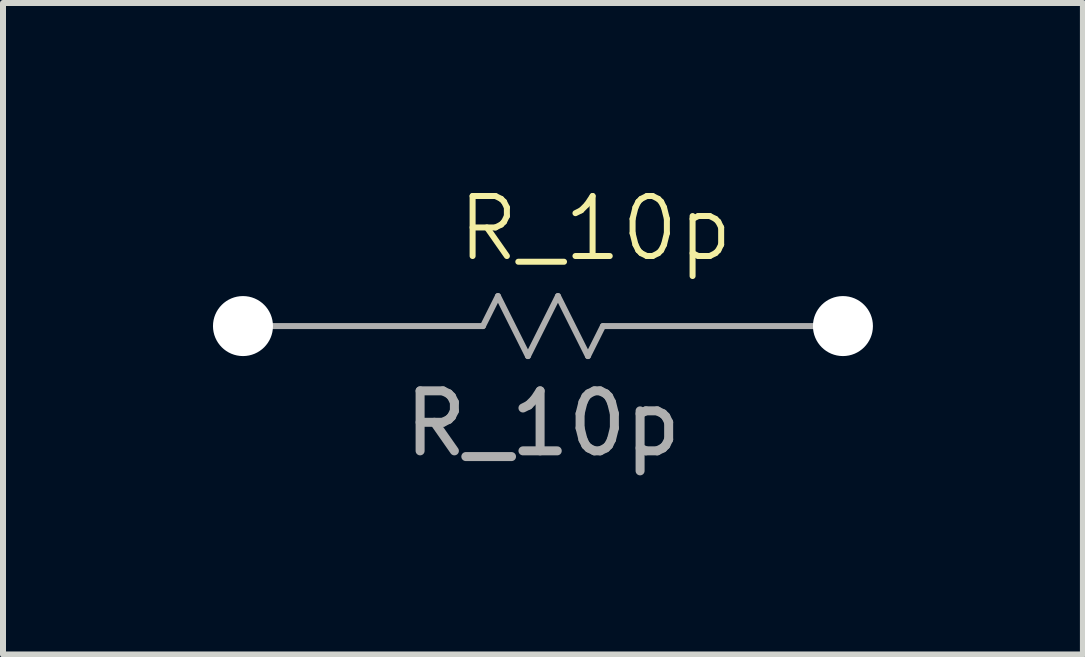
<source format=kicad_pcb>
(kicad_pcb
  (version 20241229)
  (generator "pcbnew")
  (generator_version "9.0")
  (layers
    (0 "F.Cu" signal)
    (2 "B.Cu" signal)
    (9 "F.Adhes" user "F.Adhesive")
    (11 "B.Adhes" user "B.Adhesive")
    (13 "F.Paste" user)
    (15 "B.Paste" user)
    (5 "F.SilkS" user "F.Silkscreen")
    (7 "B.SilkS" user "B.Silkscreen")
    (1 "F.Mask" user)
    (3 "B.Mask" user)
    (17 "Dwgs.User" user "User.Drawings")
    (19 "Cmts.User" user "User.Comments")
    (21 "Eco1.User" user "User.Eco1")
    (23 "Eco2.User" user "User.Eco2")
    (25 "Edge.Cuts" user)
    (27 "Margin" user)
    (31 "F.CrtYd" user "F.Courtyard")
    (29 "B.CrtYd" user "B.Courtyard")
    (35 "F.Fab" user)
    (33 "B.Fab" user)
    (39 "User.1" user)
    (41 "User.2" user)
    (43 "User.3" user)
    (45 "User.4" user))
  (footprint "R_10p"
    (layer "F.Cu")
    (at 1 2.385)
    (property "Reference" "R_10p" (at 5.875 -1.625 0) (unlocked yes) (layer "F.SilkS") (effects (font (size 1 1) (thickness 0.1))))
    (attr through_hole)
    (fp_line (start 0.5 0) (end 4 0) (stroke (width 0.1) (type solid)) (layer "F.Fab"))
    (fp_line (start 4 0) (end 4.25 -0.5) (stroke (width 0.1) (type solid)) (layer "F.Fab"))
    (fp_line (start 4.25 -0.5) (end 4.75 0.5) (stroke (width 0.1) (type solid)) (layer "F.Fab"))
    (fp_line (start 4.75 0.5) (end 5.25 -0.5) (stroke (width 0.1) (type solid)) (layer "F.Fab"))
    (fp_line (start 5.25 -0.5) (end 5.75 0.5) (stroke (width 0.1) (type solid)) (layer "F.Fab"))
    (fp_line (start 5.75 0.5) (end 6 0) (stroke (width 0.1) (type solid)) (layer "F.Fab"))
    (fp_line (start 6 0) (end 9.5 0) (stroke (width 0.1) (type solid)) (layer "F.Fab"))
    (fp_text user "${REFERENCE}" (at 5 1.625 0) (unlocked yes) (layer "F.Fab") (effects (font (size 1 1) (thickness 0.15))))
    (pad "1" thru_hole circle (at 0 0) (size 2 2) (drill 1) (layers "*.Cu" "B.Mask") (remove_unused_layers yes) (zone_layer_connections))
    (pad "2" thru_hole circle (at 10 0) (size 2 2) (drill 1) (layers "*.Cu" "B.Mask") (remove_unused_layers yes) (zone_layer_connections)))
  (gr_rect
    (start -3 -3)
    (end 15 7.859)
    (stroke (width 0.1) (type default))
    (fill no)
    (layer "Edge.Cuts")))
</source>
